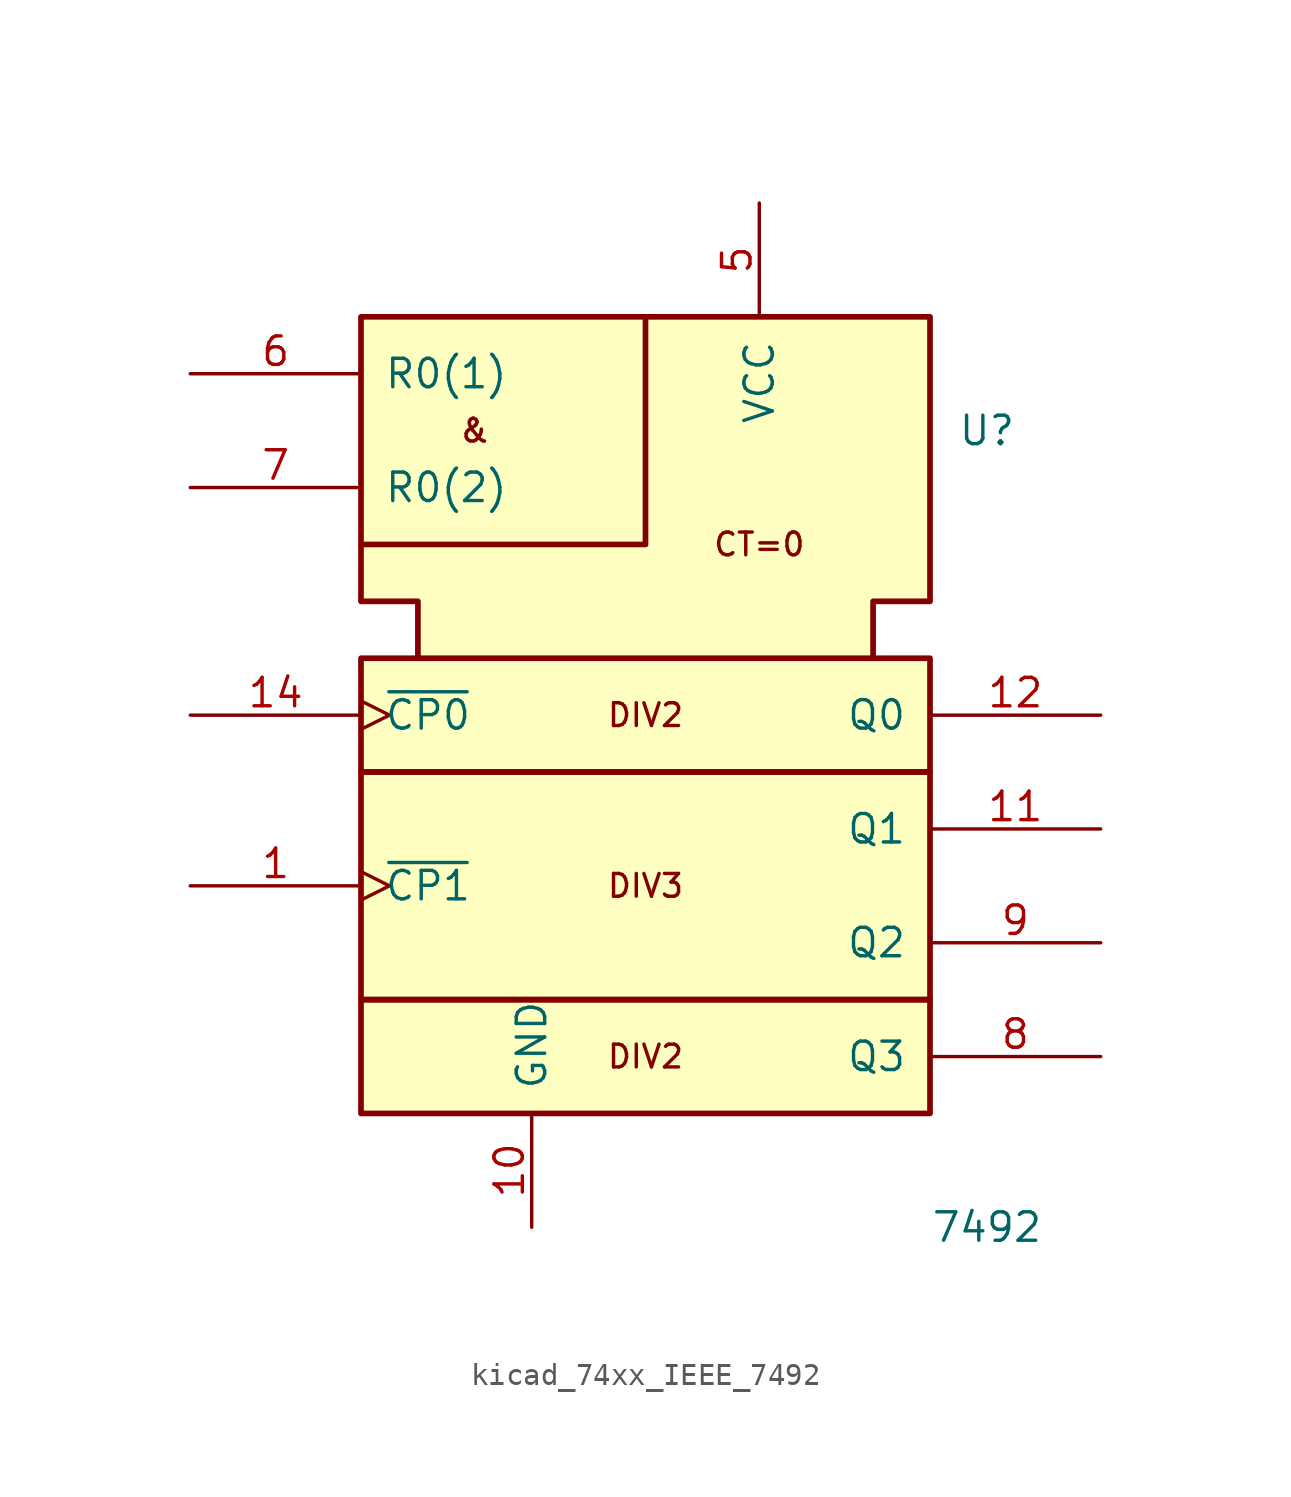
<source format=kicad_sym>
(kicad_symbol_lib
  (version 20220914)
  (generator kicad_symbol_editor)
  (symbol "kicad_74xx_IEEE_7492"
    (pin_names
      (offset 1.016))
    (property "Reference" "U"
      (at 15.24 12.7 0)
      (effects (font (size 1.27 1.27))))
    (property "Value" "7492"
      (at 15.24 -22.86 0)
      (effects (font (size 1.27 1.27))))
    (symbol "kicad_74xx_IEEE_7492_0_0"
      (rectangle (start -12.7 -12.7) (end 12.7 -17.78) (stroke (width 0.254) (type default)) (fill (type background)))
      (rectangle (start -12.7 -2.54) (end 12.7 -12.7) (stroke (width 0.254) (type default)) (fill (type background)))
      (rectangle (start -12.7 2.54) (end 12.7 -2.54) (stroke (width 0.254) (type default)) (fill (type background)))
      (polyline (pts (xy 0 17.78) (xy 0 7.62) (xy -12.7 7.62) (xy -12.7 7.62)) (stroke (width 0.254) (type default)) (fill (type background)))
      (polyline (pts (xy -10.16 2.54) (xy -10.16 5.08) (xy -12.7 5.08) (xy -12.7 17.78) (xy 12.7 17.78) (xy 12.7 5.08) (xy 10.16 5.08) (xy 10.16 2.54) (xy 10.16 2.54)) (stroke (width 0.254) (type default)) (fill (type background)))
      (text "&" (at -7.62 12.7 0) (effects (font (size 1.016 1.016))))
      (text "CT=0" (at 5.08 7.62 0) (effects (font (size 1.016 1.016))))
      (text "DIV2" (at 0 -15.24 0) (effects (font (size 1.016 1.016))))
      (text "DIV2" (at 0 0 0) (effects (font (size 1.016 1.016))))
      (text "DIV3" (at 0 -7.62 0) (effects (font (size 1.016 1.016))))
      (pin power_in line (at -5.08 -22.86 90) (length 5.08) (name "GND" (effects (font (size 1.27 1.27)))) (number "10" (effects (font (size 1.27 1.27)))))
      (pin power_in line (at 5.08 22.86 270) (length 5.08) (name "VCC" (effects (font (size 1.27 1.27)))) (number "5" (effects (font (size 1.27 1.27))))))
    (symbol "kicad_74xx_IEEE_7492_1_1"
      (pin input clock (at -20.32 -7.62 0) (length 7.62) (name "~{CP1}" (effects (font (size 1.27 1.27)))) (number "1" (effects (font (size 1.27 1.27)))))
      (pin output line (at 20.32 -5.08 180) (length 7.62) (name "Q1" (effects (font (size 1.27 1.27)))) (number "11" (effects (font (size 1.27 1.27)))))
      (pin output line (at 20.32 0 180) (length 7.62) (name "Q0" (effects (font (size 1.27 1.27)))) (number "12" (effects (font (size 1.27 1.27)))))
      (pin input clock (at -20.32 0 0) (length 7.62) (name "~{CP0}" (effects (font (size 1.27 1.27)))) (number "14" (effects (font (size 1.27 1.27)))))
      (pin input line (at -20.32 15.24 0) (length 7.62) (name "R0(1)" (effects (font (size 1.27 1.27)))) (number "6" (effects (font (size 1.27 1.27)))))
      (pin input line (at -20.32 10.16 0) (length 7.62) (name "R0(2)" (effects (font (size 1.27 1.27)))) (number "7" (effects (font (size 1.27 1.27)))))
      (pin output line (at 20.32 -15.24 180) (length 7.62) (name "Q3" (effects (font (size 1.27 1.27)))) (number "8" (effects (font (size 1.27 1.27)))))
      (pin output line (at 20.32 -10.16 180) (length 7.62) (name "Q2" (effects (font (size 1.27 1.27)))) (number "9" (effects (font (size 1.27 1.27))))))))
</source>
